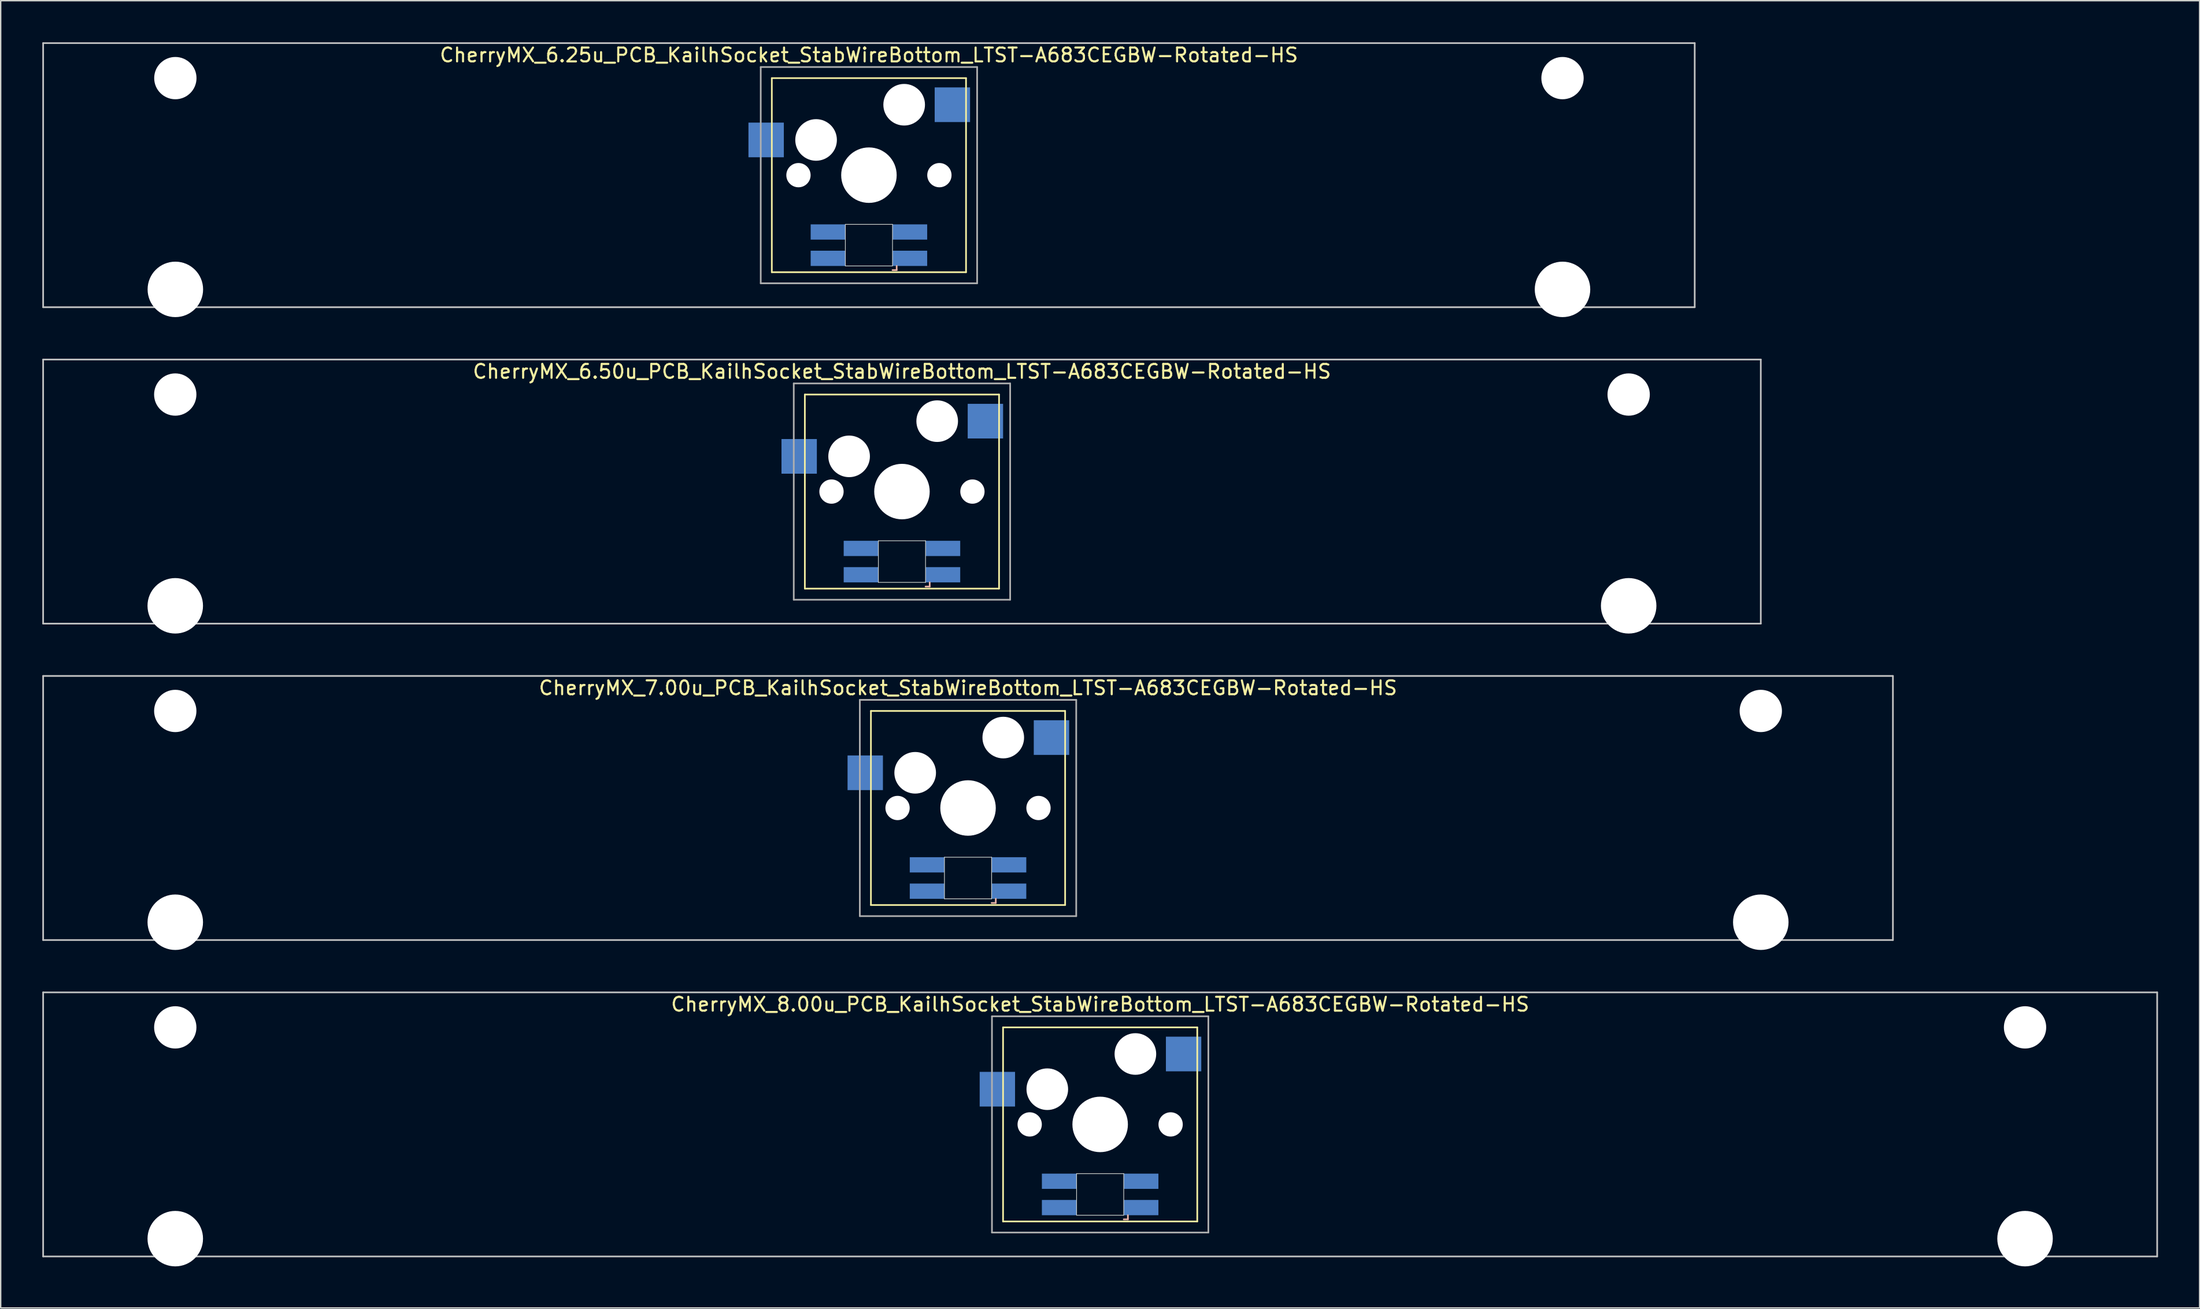
<source format=kicad_pcb>
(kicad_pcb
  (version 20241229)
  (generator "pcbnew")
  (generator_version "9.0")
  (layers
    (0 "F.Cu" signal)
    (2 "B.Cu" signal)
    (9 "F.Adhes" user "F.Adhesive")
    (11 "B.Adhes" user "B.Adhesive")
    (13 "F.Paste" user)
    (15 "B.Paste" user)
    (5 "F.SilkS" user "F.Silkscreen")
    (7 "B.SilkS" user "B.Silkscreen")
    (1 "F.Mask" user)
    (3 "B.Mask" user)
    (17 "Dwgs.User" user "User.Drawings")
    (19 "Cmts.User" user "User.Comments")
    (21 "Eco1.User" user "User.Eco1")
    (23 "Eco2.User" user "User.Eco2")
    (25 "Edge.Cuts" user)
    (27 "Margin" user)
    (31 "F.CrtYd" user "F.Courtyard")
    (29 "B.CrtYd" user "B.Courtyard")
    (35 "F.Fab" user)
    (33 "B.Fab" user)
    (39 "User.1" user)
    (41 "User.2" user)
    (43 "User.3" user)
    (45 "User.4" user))
  (footprint "CherryMX_6.50u_PCB_KailhSocket_StabWireBottom_LTST-A683CEGBW-Rotated-HS"
    (layer "F.Cu")
    (at 61.972 32.41)
    (property "Reference" "CherryMX_6.50u_PCB_KailhSocket_StabWireBottom_LTST-A683CEGBW-Rotated-HS" (at 0 -8.662 0) (layer "F.SilkS") (effects (font (size 1 1) (thickness 0.15))))
    (attr through_hole)
    (fp_line (start -7 -7) (end -7 7) (stroke (width 0.12) (type solid)) (layer "F.SilkS"))
    (fp_line (start -7 -7) (end 7 -7) (stroke (width 0.12) (type solid)) (layer "F.SilkS"))
    (fp_line (start 7 -7) (end 7 7) (stroke (width 0.12) (type solid)) (layer "F.SilkS"))
    (fp_line (start 7 7) (end -7 7) (stroke (width 0.12) (type solid)) (layer "F.SilkS"))
    (fp_line (start 1.7 6.85) (end 2 6.85) (stroke (width 0.12) (type solid)) (layer "B.SilkS"))
    (fp_line (start 2 6.85) (end 2 6.55) (stroke (width 0.12) (type solid)) (layer "B.SilkS"))
    (fp_line (start -61.913 -9.525) (end 61.913 -9.525) (stroke (width 0.12) (type solid)) (layer "Dwgs.User"))
    (fp_line (start -61.913 9.525) (end -61.913 -9.525) (stroke (width 0.12) (type solid)) (layer "Dwgs.User"))
    (fp_line (start 61.913 -9.525) (end 61.913 9.525) (stroke (width 0.12) (type solid)) (layer "Dwgs.User"))
    (fp_line (start 61.913 9.525) (end -61.913 9.525) (stroke (width 0.12) (type solid)) (layer "Dwgs.User"))
    (fp_line (start -1.7 3.55) (end 1.7 3.55) (stroke (width 0.05) (type solid)) (layer "Edge.Cuts"))
    (fp_line (start -1.7 6.55) (end -1.7 3.55) (stroke (width 0.05) (type solid)) (layer "Edge.Cuts"))
    (fp_line (start 1.7 3.55) (end 1.7 6.55) (stroke (width 0.05) (type solid)) (layer "Edge.Cuts"))
    (fp_line (start 1.7 6.55) (end -1.7 6.55) (stroke (width 0.05) (type solid)) (layer "Edge.Cuts"))
    (fp_line (start -7.8 -7.8) (end -7.8 7.8) (stroke (width 0.12) (type solid)) (layer "F.Fab"))
    (fp_line (start -7.8 -7.8) (end 7.8 -7.8) (stroke (width 0.12) (type solid)) (layer "F.Fab"))
    (fp_line (start -7.8 7.8) (end 7.8 7.8) (stroke (width 0.12) (type solid)) (layer "F.Fab"))
    (fp_line (start 7.8 -7.8) (end 7.8 7.8) (stroke (width 0.12) (type solid)) (layer "F.Fab"))
    (pad "" np_thru_hole circle (at -52.388 -7) (size 3.05 3.05) (drill 3.05) (layers "*.Cu" "*.Mask"))
    (pad "" np_thru_hole circle (at -52.388 8.24) (size 4 4) (drill 4) (layers "*.Cu" "*.Mask"))
    (pad "" np_thru_hole circle (at -5.08 0) (size 1.75 1.75) (drill 1.75) (layers "*.Cu" "*.Mask"))
    (pad "" np_thru_hole circle (at -3.81 -2.54) (size 3 3) (drill 3) (layers "*.Cu" "*.Mask"))
    (pad "" np_thru_hole circle (at 0 0) (size 4 4) (drill 4) (layers "*.Cu" "*.Mask"))
    (pad "" np_thru_hole circle (at 2.54 -5.08) (size 3 3) (drill 3) (layers "*.Cu" "*.Mask"))
    (pad "" np_thru_hole circle (at 5.08 0) (size 1.75 1.75) (drill 1.75) (layers "*.Cu" "*.Mask"))
    (pad "" np_thru_hole circle (at 52.388 -7) (size 3.05 3.05) (drill 3.05) (layers "*.Cu" "*.Mask"))
    (pad "" np_thru_hole circle (at 52.388 8.24) (size 4 4) (drill 4) (layers "*.Cu" "*.Mask"))
    (pad "1" smd rect (at -7.41 -2.54) (size 2.55 2.5) (layers "B.Cu" "B.Mask" "B.Paste"))
    (pad "2" smd rect (at 6.015 -5.08) (size 2.55 2.5) (layers "B.Cu" "B.Mask" "B.Paste"))
    (pad "3" smd rect (at 2.95 6) (size 2.5 1.1) (layers "B.Cu" "B.Mask" "B.Paste"))
    (pad "4" smd rect (at 2.95 4.1) (size 2.5 1.1) (layers "B.Cu" "B.Mask" "B.Paste"))
    (pad "5" smd rect (at -2.95 6) (size 2.5 1.1) (layers "B.Cu" "B.Mask" "B.Paste"))
    (pad "6" smd rect (at -2.95 4.1) (size 2.5 1.1) (layers "B.Cu" "B.Mask" "B.Paste")))
  (footprint "CherryMX_8.00u_PCB_KailhSocket_StabWireBottom_LTST-A683CEGBW-Rotated-HS"
    (layer "F.Cu")
    (at 76.26 78.06)
    (property "Reference" "CherryMX_8.00u_PCB_KailhSocket_StabWireBottom_LTST-A683CEGBW-Rotated-HS" (at 0 -8.662 0) (layer "F.SilkS") (effects (font (size 1 1) (thickness 0.15))))
    (attr through_hole)
    (fp_line (start -7 -7) (end -7 7) (stroke (width 0.12) (type solid)) (layer "F.SilkS"))
    (fp_line (start -7 -7) (end 7 -7) (stroke (width 0.12) (type solid)) (layer "F.SilkS"))
    (fp_line (start 7 -7) (end 7 7) (stroke (width 0.12) (type solid)) (layer "F.SilkS"))
    (fp_line (start 7 7) (end -7 7) (stroke (width 0.12) (type solid)) (layer "F.SilkS"))
    (fp_line (start 1.7 6.85) (end 2 6.85) (stroke (width 0.12) (type solid)) (layer "B.SilkS"))
    (fp_line (start 2 6.85) (end 2 6.55) (stroke (width 0.12) (type solid)) (layer "B.SilkS"))
    (fp_line (start -76.2 -9.525) (end 76.2 -9.525) (stroke (width 0.12) (type solid)) (layer "Dwgs.User"))
    (fp_line (start -76.2 9.525) (end -76.2 -9.525) (stroke (width 0.12) (type solid)) (layer "Dwgs.User"))
    (fp_line (start 76.2 -9.525) (end 76.2 9.525) (stroke (width 0.12) (type solid)) (layer "Dwgs.User"))
    (fp_line (start 76.2 9.525) (end -76.2 9.525) (stroke (width 0.12) (type solid)) (layer "Dwgs.User"))
    (fp_line (start -1.7 3.55) (end 1.7 3.55) (stroke (width 0.05) (type solid)) (layer "Edge.Cuts"))
    (fp_line (start -1.7 6.55) (end -1.7 3.55) (stroke (width 0.05) (type solid)) (layer "Edge.Cuts"))
    (fp_line (start 1.7 3.55) (end 1.7 6.55) (stroke (width 0.05) (type solid)) (layer "Edge.Cuts"))
    (fp_line (start 1.7 6.55) (end -1.7 6.55) (stroke (width 0.05) (type solid)) (layer "Edge.Cuts"))
    (fp_line (start -7.8 -7.8) (end -7.8 7.8) (stroke (width 0.12) (type solid)) (layer "F.Fab"))
    (fp_line (start -7.8 -7.8) (end 7.8 -7.8) (stroke (width 0.12) (type solid)) (layer "F.Fab"))
    (fp_line (start -7.8 7.8) (end 7.8 7.8) (stroke (width 0.12) (type solid)) (layer "F.Fab"))
    (fp_line (start 7.8 -7.8) (end 7.8 7.8) (stroke (width 0.12) (type solid)) (layer "F.Fab"))
    (pad "" np_thru_hole circle (at -66.675 -7) (size 3.05 3.05) (drill 3.05) (layers "*.Cu" "*.Mask"))
    (pad "" np_thru_hole circle (at -66.675 8.24) (size 4 4) (drill 4) (layers "*.Cu" "*.Mask"))
    (pad "" np_thru_hole circle (at -5.08 0) (size 1.75 1.75) (drill 1.75) (layers "*.Cu" "*.Mask"))
    (pad "" np_thru_hole circle (at -3.81 -2.54) (size 3 3) (drill 3) (layers "*.Cu" "*.Mask"))
    (pad "" np_thru_hole circle (at 0 0) (size 4 4) (drill 4) (layers "*.Cu" "*.Mask"))
    (pad "" np_thru_hole circle (at 2.54 -5.08) (size 3 3) (drill 3) (layers "*.Cu" "*.Mask"))
    (pad "" np_thru_hole circle (at 5.08 0) (size 1.75 1.75) (drill 1.75) (layers "*.Cu" "*.Mask"))
    (pad "" np_thru_hole circle (at 66.675 -7) (size 3.05 3.05) (drill 3.05) (layers "*.Cu" "*.Mask"))
    (pad "" np_thru_hole circle (at 66.675 8.24) (size 4 4) (drill 4) (layers "*.Cu" "*.Mask"))
    (pad "1" smd rect (at -7.41 -2.54) (size 2.55 2.5) (layers "B.Cu" "B.Mask" "B.Paste"))
    (pad "2" smd rect (at 6.015 -5.08) (size 2.55 2.5) (layers "B.Cu" "B.Mask" "B.Paste"))
    (pad "3" smd rect (at 2.95 6) (size 2.5 1.1) (layers "B.Cu" "B.Mask" "B.Paste"))
    (pad "4" smd rect (at 2.95 4.1) (size 2.5 1.1) (layers "B.Cu" "B.Mask" "B.Paste"))
    (pad "5" smd rect (at -2.95 6) (size 2.5 1.1) (layers "B.Cu" "B.Mask" "B.Paste"))
    (pad "6" smd rect (at -2.95 4.1) (size 2.5 1.1) (layers "B.Cu" "B.Mask" "B.Paste")))
  (footprint "CherryMX_7.00u_PCB_KailhSocket_StabWireBottom_LTST-A683CEGBW-Rotated-HS"
    (layer "F.Cu")
    (at 66.735 55.235)
    (property "Reference" "CherryMX_7.00u_PCB_KailhSocket_StabWireBottom_LTST-A683CEGBW-Rotated-HS" (at 0 -8.662 0) (layer "F.SilkS") (effects (font (size 1 1) (thickness 0.15))))
    (attr through_hole)
    (fp_line (start -7 -7) (end -7 7) (stroke (width 0.12) (type solid)) (layer "F.SilkS"))
    (fp_line (start -7 -7) (end 7 -7) (stroke (width 0.12) (type solid)) (layer "F.SilkS"))
    (fp_line (start 7 -7) (end 7 7) (stroke (width 0.12) (type solid)) (layer "F.SilkS"))
    (fp_line (start 7 7) (end -7 7) (stroke (width 0.12) (type solid)) (layer "F.SilkS"))
    (fp_line (start 1.7 6.85) (end 2 6.85) (stroke (width 0.12) (type solid)) (layer "B.SilkS"))
    (fp_line (start 2 6.85) (end 2 6.55) (stroke (width 0.12) (type solid)) (layer "B.SilkS"))
    (fp_line (start -66.675 -9.525) (end 66.675 -9.525) (stroke (width 0.12) (type solid)) (layer "Dwgs.User"))
    (fp_line (start -66.675 9.525) (end -66.675 -9.525) (stroke (width 0.12) (type solid)) (layer "Dwgs.User"))
    (fp_line (start 66.675 -9.525) (end 66.675 9.525) (stroke (width 0.12) (type solid)) (layer "Dwgs.User"))
    (fp_line (start 66.675 9.525) (end -66.675 9.525) (stroke (width 0.12) (type solid)) (layer "Dwgs.User"))
    (fp_line (start -1.7 3.55) (end 1.7 3.55) (stroke (width 0.05) (type solid)) (layer "Edge.Cuts"))
    (fp_line (start -1.7 6.55) (end -1.7 3.55) (stroke (width 0.05) (type solid)) (layer "Edge.Cuts"))
    (fp_line (start 1.7 3.55) (end 1.7 6.55) (stroke (width 0.05) (type solid)) (layer "Edge.Cuts"))
    (fp_line (start 1.7 6.55) (end -1.7 6.55) (stroke (width 0.05) (type solid)) (layer "Edge.Cuts"))
    (fp_line (start -7.8 -7.8) (end -7.8 7.8) (stroke (width 0.12) (type solid)) (layer "F.Fab"))
    (fp_line (start -7.8 -7.8) (end 7.8 -7.8) (stroke (width 0.12) (type solid)) (layer "F.Fab"))
    (fp_line (start -7.8 7.8) (end 7.8 7.8) (stroke (width 0.12) (type solid)) (layer "F.Fab"))
    (fp_line (start 7.8 -7.8) (end 7.8 7.8) (stroke (width 0.12) (type solid)) (layer "F.Fab"))
    (pad "" np_thru_hole circle (at -57.15 -7) (size 3.05 3.05) (drill 3.05) (layers "*.Cu" "*.Mask"))
    (pad "" np_thru_hole circle (at -57.15 8.24) (size 4 4) (drill 4) (layers "*.Cu" "*.Mask"))
    (pad "" np_thru_hole circle (at -5.08 0) (size 1.75 1.75) (drill 1.75) (layers "*.Cu" "*.Mask"))
    (pad "" np_thru_hole circle (at -3.81 -2.54) (size 3 3) (drill 3) (layers "*.Cu" "*.Mask"))
    (pad "" np_thru_hole circle (at 0 0) (size 4 4) (drill 4) (layers "*.Cu" "*.Mask"))
    (pad "" np_thru_hole circle (at 2.54 -5.08) (size 3 3) (drill 3) (layers "*.Cu" "*.Mask"))
    (pad "" np_thru_hole circle (at 5.08 0) (size 1.75 1.75) (drill 1.75) (layers "*.Cu" "*.Mask"))
    (pad "" np_thru_hole circle (at 57.15 -7) (size 3.05 3.05) (drill 3.05) (layers "*.Cu" "*.Mask"))
    (pad "" np_thru_hole circle (at 57.15 8.24) (size 4 4) (drill 4) (layers "*.Cu" "*.Mask"))
    (pad "1" smd rect (at -7.41 -2.54) (size 2.55 2.5) (layers "B.Cu" "B.Mask" "B.Paste"))
    (pad "2" smd rect (at 6.015 -5.08) (size 2.55 2.5) (layers "B.Cu" "B.Mask" "B.Paste"))
    (pad "3" smd rect (at 2.95 6) (size 2.5 1.1) (layers "B.Cu" "B.Mask" "B.Paste"))
    (pad "4" smd rect (at 2.95 4.1) (size 2.5 1.1) (layers "B.Cu" "B.Mask" "B.Paste"))
    (pad "5" smd rect (at -2.95 6) (size 2.5 1.1) (layers "B.Cu" "B.Mask" "B.Paste"))
    (pad "6" smd rect (at -2.95 4.1) (size 2.5 1.1) (layers "B.Cu" "B.Mask" "B.Paste")))
  (footprint "CherryMX_6.25u_PCB_KailhSocket_StabWireBottom_LTST-A683CEGBW-Rotated-HS"
    (layer "F.Cu")
    (at 59.591 9.585)
    (property "Reference" "CherryMX_6.25u_PCB_KailhSocket_StabWireBottom_LTST-A683CEGBW-Rotated-HS" (at 0 -8.662 0) (layer "F.SilkS") (effects (font (size 1 1) (thickness 0.15))))
    (attr through_hole)
    (fp_line (start -7 -7) (end -7 7) (stroke (width 0.12) (type solid)) (layer "F.SilkS"))
    (fp_line (start -7 -7) (end 7 -7) (stroke (width 0.12) (type solid)) (layer "F.SilkS"))
    (fp_line (start 7 -7) (end 7 7) (stroke (width 0.12) (type solid)) (layer "F.SilkS"))
    (fp_line (start 7 7) (end -7 7) (stroke (width 0.12) (type solid)) (layer "F.SilkS"))
    (fp_line (start 1.7 6.85) (end 2 6.85) (stroke (width 0.12) (type solid)) (layer "B.SilkS"))
    (fp_line (start 2 6.85) (end 2 6.55) (stroke (width 0.12) (type solid)) (layer "B.SilkS"))
    (fp_line (start -59.531 -9.525) (end 59.531 -9.525) (stroke (width 0.12) (type solid)) (layer "Dwgs.User"))
    (fp_line (start -59.531 9.525) (end -59.531 -9.525) (stroke (width 0.12) (type solid)) (layer "Dwgs.User"))
    (fp_line (start 59.531 -9.525) (end 59.531 9.525) (stroke (width 0.12) (type solid)) (layer "Dwgs.User"))
    (fp_line (start 59.531 9.525) (end -59.531 9.525) (stroke (width 0.12) (type solid)) (layer "Dwgs.User"))
    (fp_line (start -1.7 3.55) (end 1.7 3.55) (stroke (width 0.05) (type solid)) (layer "Edge.Cuts"))
    (fp_line (start -1.7 6.55) (end -1.7 3.55) (stroke (width 0.05) (type solid)) (layer "Edge.Cuts"))
    (fp_line (start 1.7 3.55) (end 1.7 6.55) (stroke (width 0.05) (type solid)) (layer "Edge.Cuts"))
    (fp_line (start 1.7 6.55) (end -1.7 6.55) (stroke (width 0.05) (type solid)) (layer "Edge.Cuts"))
    (fp_line (start -7.8 -7.8) (end -7.8 7.8) (stroke (width 0.12) (type solid)) (layer "F.Fab"))
    (fp_line (start -7.8 -7.8) (end 7.8 -7.8) (stroke (width 0.12) (type solid)) (layer "F.Fab"))
    (fp_line (start -7.8 7.8) (end 7.8 7.8) (stroke (width 0.12) (type solid)) (layer "F.Fab"))
    (fp_line (start 7.8 -7.8) (end 7.8 7.8) (stroke (width 0.12) (type solid)) (layer "F.Fab"))
    (pad "" np_thru_hole circle (at -50 -7) (size 3.05 3.05) (drill 3.05) (layers "*.Cu" "*.Mask"))
    (pad "" np_thru_hole circle (at -50 8.24) (size 4 4) (drill 4) (layers "*.Cu" "*.Mask"))
    (pad "" np_thru_hole circle (at -5.08 0) (size 1.75 1.75) (drill 1.75) (layers "*.Cu" "*.Mask"))
    (pad "" np_thru_hole circle (at -3.81 -2.54) (size 3 3) (drill 3) (layers "*.Cu" "*.Mask"))
    (pad "" np_thru_hole circle (at 0 0) (size 4 4) (drill 4) (layers "*.Cu" "*.Mask"))
    (pad "" np_thru_hole circle (at 2.54 -5.08) (size 3 3) (drill 3) (layers "*.Cu" "*.Mask"))
    (pad "" np_thru_hole circle (at 5.08 0) (size 1.75 1.75) (drill 1.75) (layers "*.Cu" "*.Mask"))
    (pad "" np_thru_hole circle (at 50 -7) (size 3.05 3.05) (drill 3.05) (layers "*.Cu" "*.Mask"))
    (pad "" np_thru_hole circle (at 50 8.24) (size 4 4) (drill 4) (layers "*.Cu" "*.Mask"))
    (pad "1" smd rect (at -7.41 -2.54) (size 2.55 2.5) (layers "B.Cu" "B.Mask" "B.Paste"))
    (pad "2" smd rect (at 6.015 -5.08) (size 2.55 2.5) (layers "B.Cu" "B.Mask" "B.Paste"))
    (pad "3" smd rect (at 2.95 6) (size 2.5 1.1) (layers "B.Cu" "B.Mask" "B.Paste"))
    (pad "4" smd rect (at 2.95 4.1) (size 2.5 1.1) (layers "B.Cu" "B.Mask" "B.Paste"))
    (pad "5" smd rect (at -2.95 6) (size 2.5 1.1) (layers "B.Cu" "B.Mask" "B.Paste"))
    (pad "6" smd rect (at -2.95 4.1) (size 2.5 1.1) (layers "B.Cu" "B.Mask" "B.Paste")))
  (gr_rect
    (start -3 -3)
    (end 155.52 91.3)
    (stroke (width 0.1) (type default))
    (fill no)
    (layer "Edge.Cuts")))
</source>
